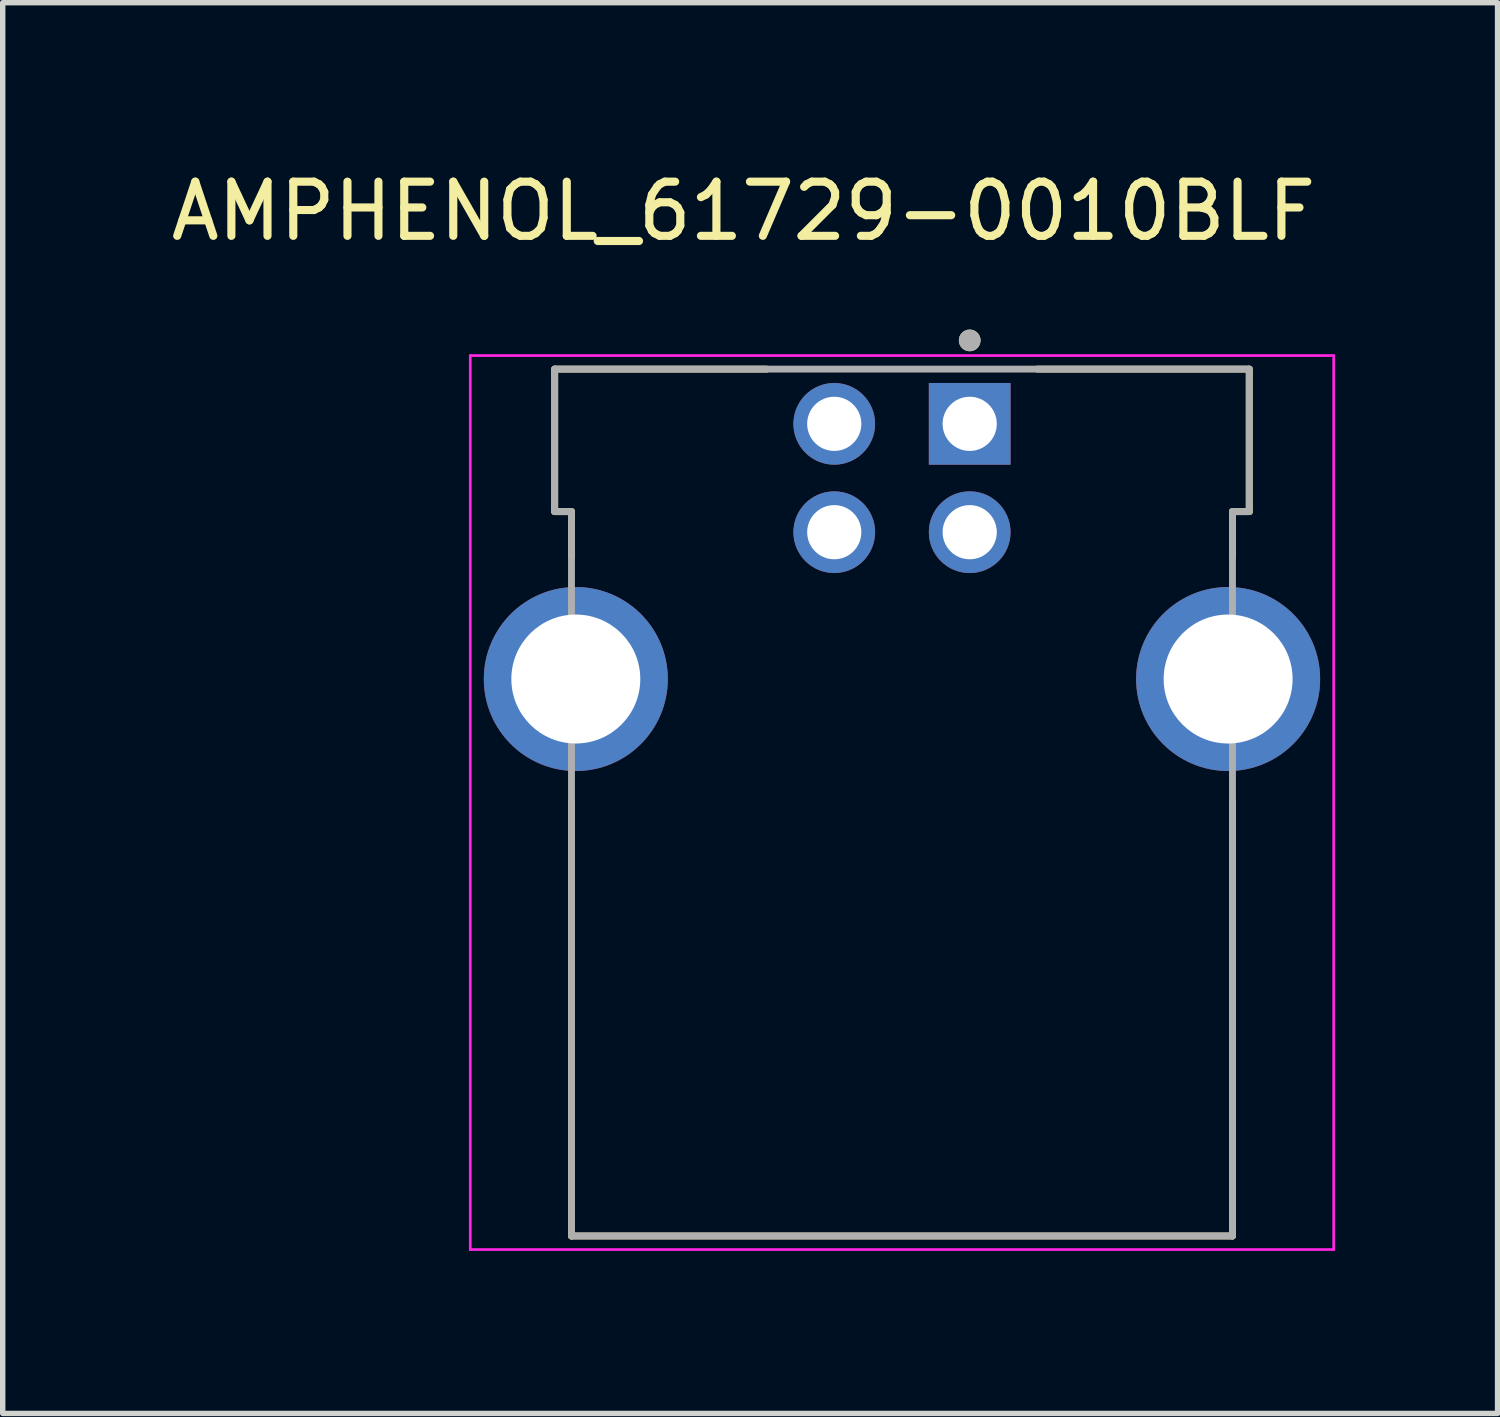
<source format=kicad_pcb>
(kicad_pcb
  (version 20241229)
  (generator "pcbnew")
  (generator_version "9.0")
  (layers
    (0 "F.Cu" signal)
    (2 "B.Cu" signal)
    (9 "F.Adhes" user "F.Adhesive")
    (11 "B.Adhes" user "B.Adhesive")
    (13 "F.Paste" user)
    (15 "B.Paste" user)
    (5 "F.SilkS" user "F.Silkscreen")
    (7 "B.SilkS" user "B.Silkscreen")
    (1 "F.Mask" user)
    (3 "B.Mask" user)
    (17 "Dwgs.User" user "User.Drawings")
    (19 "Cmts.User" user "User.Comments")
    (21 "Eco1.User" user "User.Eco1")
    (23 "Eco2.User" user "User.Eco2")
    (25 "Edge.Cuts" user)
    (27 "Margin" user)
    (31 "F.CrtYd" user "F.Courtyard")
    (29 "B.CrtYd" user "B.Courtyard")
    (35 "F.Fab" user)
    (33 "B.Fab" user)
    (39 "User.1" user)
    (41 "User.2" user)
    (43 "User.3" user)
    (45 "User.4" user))
  (footprint "AMPHENOL_61729-0010BLF"
    (layer "F.Cu")
    (at 13.598 9.483)
    (property "Reference" "AMPHENOL_61729-0010BLF" (at -2.925 -8.635 0) (layer "F.SilkS") (effects (font (size 1 1) (thickness 0.15))))
    (attr through_hole)
    (fp_line (start -6.41 -5.72) (end -6.41 -3.09) (stroke (width 0.127) (type solid)) (layer "F.SilkS"))
    (fp_line (start -6.41 -5.72) (end -2.5 -5.72) (stroke (width 0.127) (type solid)) (layer "F.SilkS"))
    (fp_line (start -6.41 -3.09) (end -6.1 -3.09) (stroke (width 0.127) (type solid)) (layer "F.SilkS"))
    (fp_line (start -6.1 -3.09) (end -6.1 -2.25) (stroke (width 0.127) (type solid)) (layer "F.SilkS"))
    (fp_line (start -6.1 2.25) (end -6.1 10.28) (stroke (width 0.127) (type solid)) (layer "F.SilkS"))
    (fp_line (start -6.1 10.28) (end 6.1 10.28) (stroke (width 0.127) (type solid)) (layer "F.SilkS"))
    (fp_line (start 2.5 -5.72) (end 6.41 -5.72) (stroke (width 0.127) (type solid)) (layer "F.SilkS"))
    (fp_line (start 6.1 -2.25) (end 6.1 -3.09) (stroke (width 0.127) (type solid)) (layer "F.SilkS"))
    (fp_line (start 6.1 10.28) (end 6.1 2.25) (stroke (width 0.127) (type solid)) (layer "F.SilkS"))
    (fp_line (start 6.41 -5.72) (end 6.41 -3.09) (stroke (width 0.127) (type solid)) (layer "F.SilkS"))
    (fp_line (start 6.41 -3.09) (end 6.1 -3.09) (stroke (width 0.127) (type solid)) (layer "F.SilkS"))
    (fp_circle (center 1.25 -6.25) (end 1.35 -6.25) (stroke (width 0.2) (type solid)) (fill no) (layer "F.SilkS"))
    (fp_line (start -7.968 -5.97) (end -7.968 10.53) (stroke (width 0.05) (type solid)) (layer "F.CrtYd"))
    (fp_line (start -7.968 10.53) (end 7.968 10.53) (stroke (width 0.05) (type solid)) (layer "F.CrtYd"))
    (fp_line (start 7.968 -5.97) (end -7.968 -5.97) (stroke (width 0.05) (type solid)) (layer "F.CrtYd"))
    (fp_line (start 7.968 10.53) (end 7.968 -5.97) (stroke (width 0.05) (type solid)) (layer "F.CrtYd"))
    (fp_line (start -6.41 -5.72) (end -6.41 -3.09) (stroke (width 0.127) (type solid)) (layer "F.Fab"))
    (fp_line (start -6.41 -3.09) (end -6.1 -3.09) (stroke (width 0.127) (type solid)) (layer "F.Fab"))
    (fp_line (start -6.1 -3.09) (end -6.1 10.28) (stroke (width 0.127) (type solid)) (layer "F.Fab"))
    (fp_line (start -6.1 10.28) (end 6.1 10.28) (stroke (width 0.127) (type solid)) (layer "F.Fab"))
    (fp_line (start 6.1 10.28) (end 6.1 -3.09) (stroke (width 0.127) (type solid)) (layer "F.Fab"))
    (fp_line (start 6.41 -5.72) (end -6.41 -5.72) (stroke (width 0.127) (type solid)) (layer "F.Fab"))
    (fp_line (start 6.41 -5.72) (end 6.41 -3.09) (stroke (width 0.127) (type solid)) (layer "F.Fab"))
    (fp_line (start 6.41 -3.09) (end 6.1 -3.09) (stroke (width 0.127) (type solid)) (layer "F.Fab"))
    (fp_circle (center 1.25 -6.25) (end 1.35 -6.25) (stroke (width 0.2) (type solid)) (fill no) (layer "F.Fab"))
    (pad "1" thru_hole rect (at 1.25 -4.71) (size 1.508 1.508) (drill 1) (layers "*.Cu" "*.Mask"))
    (pad "2" thru_hole circle (at -1.25 -4.71) (size 1.508 1.508) (drill 1) (layers "*.Cu" "*.Mask"))
    (pad "3" thru_hole circle (at -1.25 -2.71) (size 1.508 1.508) (drill 1) (layers "*.Cu" "*.Mask"))
    (pad "4" thru_hole circle (at 1.25 -2.71) (size 1.508 1.508) (drill 1) (layers "*.Cu" "*.Mask"))
    (pad "SH1" thru_hole circle (at 6.02 0) (size 3.396 3.396) (drill 2.38) (layers "*.Cu" "*.Mask"))
    (pad "SH2" thru_hole circle (at -6.02 0) (size 3.396 3.396) (drill 2.38) (layers "*.Cu" "*.Mask")))
  (gr_rect
    (start -3 -3)
    (end 24.591 23.038)
    (stroke (width 0.1) (type default))
    (fill no)
    (layer "Edge.Cuts")))
</source>
